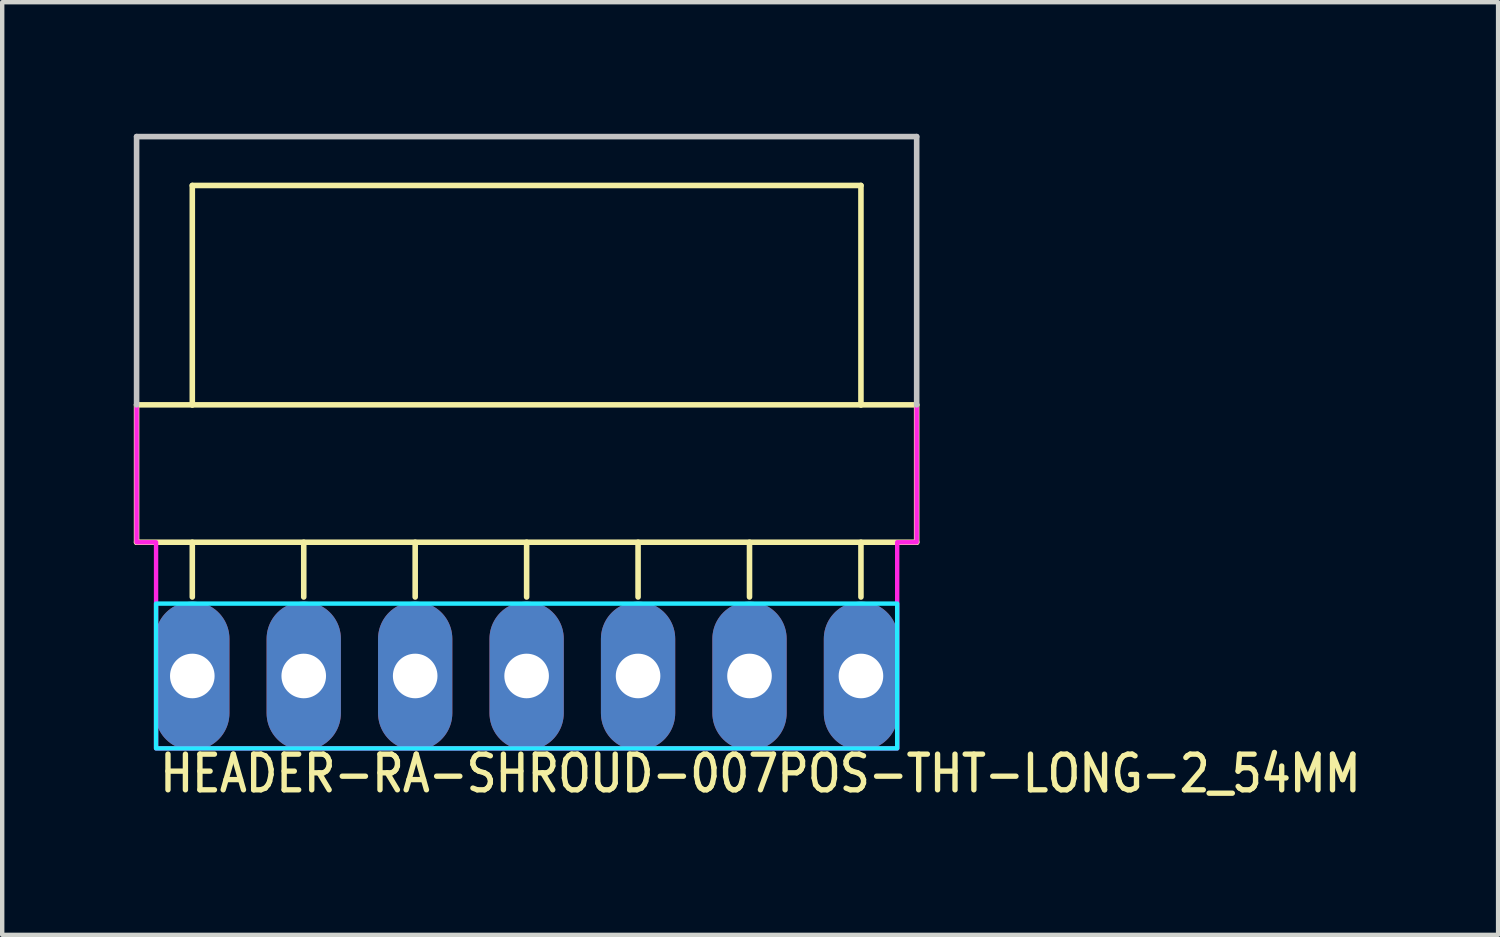
<source format=kicad_pcb>
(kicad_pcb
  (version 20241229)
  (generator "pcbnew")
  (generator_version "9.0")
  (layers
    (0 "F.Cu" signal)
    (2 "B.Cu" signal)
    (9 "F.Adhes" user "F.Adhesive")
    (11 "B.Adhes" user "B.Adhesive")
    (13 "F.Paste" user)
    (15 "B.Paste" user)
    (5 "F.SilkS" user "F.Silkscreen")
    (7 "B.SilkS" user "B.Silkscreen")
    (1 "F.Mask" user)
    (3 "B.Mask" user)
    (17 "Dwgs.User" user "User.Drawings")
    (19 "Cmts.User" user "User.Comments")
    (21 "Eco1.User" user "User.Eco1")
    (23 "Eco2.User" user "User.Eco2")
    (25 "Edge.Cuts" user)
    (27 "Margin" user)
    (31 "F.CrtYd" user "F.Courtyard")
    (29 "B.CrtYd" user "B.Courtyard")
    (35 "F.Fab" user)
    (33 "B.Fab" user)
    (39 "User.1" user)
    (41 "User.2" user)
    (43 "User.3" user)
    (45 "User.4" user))
  (footprint "HEADER-RA-SHROUD-007POS-THT-LONG-2_54MM"
    (layer "F.Cu")
    (at 1.333 12.357)
    (property "Reference" "HEADER-RA-SHROUD-007POS-THT-LONG-2_54MM" (at -0.8 2.7 0) (unlocked yes) (layer "F.SilkS") (effects (font (size 0.813 0.695) (thickness 0.122)) (justify left bottom)))
    (fp_line (start -1.27 -6.18) (end -1.27 -3.048) (stroke (width 0.127) (type solid)) (layer "F.SilkS"))
    (fp_line (start -1.27 -3.048) (end 16.51 -3.048) (stroke (width 0.127) (type solid)) (layer "F.SilkS"))
    (fp_line (start 0 -11.18) (end 0 -6.18) (stroke (width 0.127) (type solid)) (layer "F.SilkS"))
    (fp_line (start 0 -6.18) (end -1.27 -6.18) (stroke (width 0.127) (type solid)) (layer "F.SilkS"))
    (fp_line (start 0 -1.8) (end 0 -3.048) (stroke (width 0.127) (type solid)) (layer "F.SilkS"))
    (fp_line (start 2.54 -1.8) (end 2.54 -3.048) (stroke (width 0.127) (type solid)) (layer "F.SilkS"))
    (fp_line (start 5.08 -1.8) (end 5.08 -3.048) (stroke (width 0.127) (type solid)) (layer "F.SilkS"))
    (fp_line (start 7.62 -1.8) (end 7.62 -3.048) (stroke (width 0.127) (type solid)) (layer "F.SilkS"))
    (fp_line (start 10.16 -1.8) (end 10.16 -3.048) (stroke (width 0.127) (type solid)) (layer "F.SilkS"))
    (fp_line (start 12.7 -1.8) (end 12.7 -3.048) (stroke (width 0.127) (type solid)) (layer "F.SilkS"))
    (fp_line (start 15.24 -11.18) (end 0 -11.18) (stroke (width 0.127) (type solid)) (layer "F.SilkS"))
    (fp_line (start 15.24 -6.18) (end 0 -6.18) (stroke (width 0.127) (type solid)) (layer "F.SilkS"))
    (fp_line (start 15.24 -6.18) (end 15.24 -11.18) (stroke (width 0.127) (type solid)) (layer "F.SilkS"))
    (fp_line (start 15.24 -1.8) (end 15.24 -3.048) (stroke (width 0.127) (type solid)) (layer "F.SilkS"))
    (fp_line (start 16.51 -6.18) (end 15.24 -6.18) (stroke (width 0.127) (type solid)) (layer "F.SilkS"))
    (fp_line (start 16.51 -3.048) (end 16.51 -6.18) (stroke (width 0.127) (type solid)) (layer "F.SilkS"))
    (fp_line (start -1.27 -12.294) (end 16.51 -12.294) (stroke (width 0.127) (type solid)) (layer "Dwgs.User"))
    (fp_line (start -1.27 -6.18) (end -1.27 -12.294) (stroke (width 0.127) (type solid)) (layer "Dwgs.User"))
    (fp_line (start 16.51 -12.294) (end 16.51 -6.18) (stroke (width 0.127) (type solid)) (layer "Dwgs.User"))
    (fp_poly (pts (xy -0.826 -1.65) (xy -0.826 1.65) (xy 16.066 1.65) (xy 16.066 -1.65)) (stroke (width 0.1) (type solid)) (fill no) (layer "B.CrtYd"))
    (fp_poly (pts (xy -1.27 -12.294) (xy -1.27 -3.048) (xy -0.826 -3.048) (xy -0.826 1.65) (xy 16.066 1.65) (xy 16.066 -3.048) (xy 16.51 -3.048) (xy 16.51 -12.294)) (stroke (width 0.1) (type solid)) (fill no) (layer "F.CrtYd"))
    (pad "1" thru_hole oval (at 0 0 90) (size 3.387 1.693) (drill 1.016) (layers "*.Cu" "*.Mask"))
    (pad "2" thru_hole oval (at 2.54 0 90) (size 3.387 1.693) (drill 1.016) (layers "*.Cu" "*.Mask"))
    (pad "3" thru_hole oval (at 5.08 0 90) (size 3.387 1.693) (drill 1.016) (layers "*.Cu" "*.Mask"))
    (pad "4" thru_hole oval (at 7.62 0 90) (size 3.387 1.693) (drill 1.016) (layers "*.Cu" "*.Mask"))
    (pad "5" thru_hole oval (at 10.16 0 90) (size 3.387 1.693) (drill 1.016) (layers "*.Cu" "*.Mask"))
    (pad "6" thru_hole oval (at 12.7 0 90) (size 3.387 1.693) (drill 1.016) (layers "*.Cu" "*.Mask"))
    (pad "7" thru_hole oval (at 15.24 0 90) (size 3.387 1.693) (drill 1.016) (layers "*.Cu" "*.Mask")))
  (gr_rect
    (start -3 -3)
    (end 31.095 18.257)
    (stroke (width 0.1) (type default))
    (fill no)
    (layer "Edge.Cuts")))
</source>
